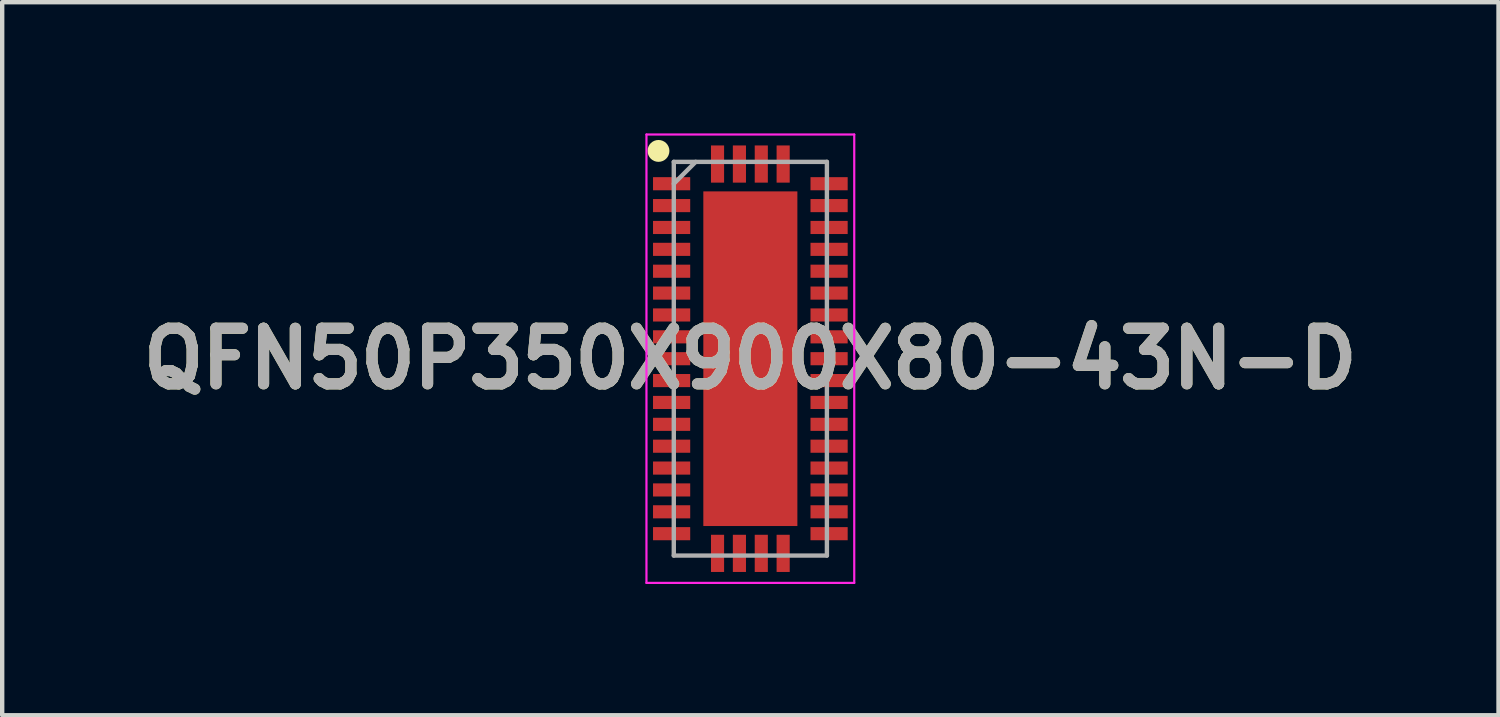
<source format=kicad_pcb>
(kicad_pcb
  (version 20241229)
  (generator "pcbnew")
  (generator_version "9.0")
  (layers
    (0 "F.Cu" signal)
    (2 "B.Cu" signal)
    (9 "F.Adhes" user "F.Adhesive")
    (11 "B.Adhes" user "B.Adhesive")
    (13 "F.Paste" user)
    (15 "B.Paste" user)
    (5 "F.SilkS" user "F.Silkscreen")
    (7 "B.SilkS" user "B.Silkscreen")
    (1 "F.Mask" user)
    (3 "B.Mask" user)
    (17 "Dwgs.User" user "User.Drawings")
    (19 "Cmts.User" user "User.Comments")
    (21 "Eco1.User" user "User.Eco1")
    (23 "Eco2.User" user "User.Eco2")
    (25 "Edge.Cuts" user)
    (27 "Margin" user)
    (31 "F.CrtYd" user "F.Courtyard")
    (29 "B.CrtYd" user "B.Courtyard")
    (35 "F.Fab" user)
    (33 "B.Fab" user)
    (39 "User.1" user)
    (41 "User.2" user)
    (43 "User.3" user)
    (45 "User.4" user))
  (footprint "QFN50P350X900X80-43N-D"
    (layer "F.Cu")
    (at 14.103 5.15)
    (property "Reference" "QFN50P350X900X80-43N-D" (at 0 0 0) (layer "F.SilkS") (effects (font (size 1.27 1.27) (thickness 0.254))))
    (attr smd)
    (fp_circle (center -2.1 -4.75) (end -2.1 -4.625) (stroke (width 0.25) (type solid)) (fill no) (layer "F.SilkS"))
    (fp_line (start -2.375 -5.125) (end 2.375 -5.125) (stroke (width 0.05) (type solid)) (layer "F.CrtYd"))
    (fp_line (start -2.375 5.125) (end -2.375 -5.125) (stroke (width 0.05) (type solid)) (layer "F.CrtYd"))
    (fp_line (start 2.375 -5.125) (end 2.375 5.125) (stroke (width 0.05) (type solid)) (layer "F.CrtYd"))
    (fp_line (start 2.375 5.125) (end -2.375 5.125) (stroke (width 0.05) (type solid)) (layer "F.CrtYd"))
    (fp_line (start -1.75 -4.5) (end 1.75 -4.5) (stroke (width 0.1) (type solid)) (layer "F.Fab"))
    (fp_line (start -1.75 -4) (end -1.25 -4.5) (stroke (width 0.1) (type solid)) (layer "F.Fab"))
    (fp_line (start -1.75 4.5) (end -1.75 -4.5) (stroke (width 0.1) (type solid)) (layer "F.Fab"))
    (fp_line (start 1.75 -4.5) (end 1.75 4.5) (stroke (width 0.1) (type solid)) (layer "F.Fab"))
    (fp_line (start 1.75 4.5) (end -1.75 4.5) (stroke (width 0.1) (type solid)) (layer "F.Fab"))
    (fp_text user "${REFERENCE}" (at 0 0 0) (layer "F.Fab") (effects (font (size 1.27 1.27) (thickness 0.254))))
    (pad "1" smd rect (at -1.8 -4 90) (size 0.3 0.85) (layers "F.Cu" "F.Mask" "F.Paste"))
    (pad "2" smd rect (at -1.8 -3.5 90) (size 0.3 0.85) (layers "F.Cu" "F.Mask" "F.Paste"))
    (pad "3" smd rect (at -1.8 -3 90) (size 0.3 0.85) (layers "F.Cu" "F.Mask" "F.Paste"))
    (pad "4" smd rect (at -1.8 -2.5 90) (size 0.3 0.85) (layers "F.Cu" "F.Mask" "F.Paste"))
    (pad "5" smd rect (at -1.8 -2 90) (size 0.3 0.85) (layers "F.Cu" "F.Mask" "F.Paste"))
    (pad "6" smd rect (at -1.8 -1.5 90) (size 0.3 0.85) (layers "F.Cu" "F.Mask" "F.Paste"))
    (pad "7" smd rect (at -1.8 -1 90) (size 0.3 0.85) (layers "F.Cu" "F.Mask" "F.Paste"))
    (pad "8" smd rect (at -1.8 -0.5 90) (size 0.3 0.85) (layers "F.Cu" "F.Mask" "F.Paste"))
    (pad "9" smd rect (at -1.8 0 90) (size 0.3 0.85) (layers "F.Cu" "F.Mask" "F.Paste"))
    (pad "10" smd rect (at -1.8 0.5 90) (size 0.3 0.85) (layers "F.Cu" "F.Mask" "F.Paste"))
    (pad "11" smd rect (at -1.8 1 90) (size 0.3 0.85) (layers "F.Cu" "F.Mask" "F.Paste"))
    (pad "12" smd rect (at -1.8 1.5 90) (size 0.3 0.85) (layers "F.Cu" "F.Mask" "F.Paste"))
    (pad "13" smd rect (at -1.8 2 90) (size 0.3 0.85) (layers "F.Cu" "F.Mask" "F.Paste"))
    (pad "14" smd rect (at -1.8 2.5 90) (size 0.3 0.85) (layers "F.Cu" "F.Mask" "F.Paste"))
    (pad "15" smd rect (at -1.8 3 90) (size 0.3 0.85) (layers "F.Cu" "F.Mask" "F.Paste"))
    (pad "16" smd rect (at -1.8 3.5 90) (size 0.3 0.85) (layers "F.Cu" "F.Mask" "F.Paste"))
    (pad "17" smd rect (at -1.8 4 90) (size 0.3 0.85) (layers "F.Cu" "F.Mask" "F.Paste"))
    (pad "18" smd rect (at -0.75 4.45) (size 0.3 0.85) (layers "F.Cu" "F.Mask" "F.Paste"))
    (pad "19" smd rect (at -0.25 4.45) (size 0.3 0.85) (layers "F.Cu" "F.Mask" "F.Paste"))
    (pad "20" smd rect (at 0.25 4.45) (size 0.3 0.85) (layers "F.Cu" "F.Mask" "F.Paste"))
    (pad "21" smd rect (at 0.75 4.45) (size 0.3 0.85) (layers "F.Cu" "F.Mask" "F.Paste"))
    (pad "22" smd rect (at 1.8 4 90) (size 0.3 0.85) (layers "F.Cu" "F.Mask" "F.Paste"))
    (pad "23" smd rect (at 1.8 3.5 90) (size 0.3 0.85) (layers "F.Cu" "F.Mask" "F.Paste"))
    (pad "24" smd rect (at 1.8 3 90) (size 0.3 0.85) (layers "F.Cu" "F.Mask" "F.Paste"))
    (pad "25" smd rect (at 1.8 2.5 90) (size 0.3 0.85) (layers "F.Cu" "F.Mask" "F.Paste"))
    (pad "26" smd rect (at 1.8 2 90) (size 0.3 0.85) (layers "F.Cu" "F.Mask" "F.Paste"))
    (pad "27" smd rect (at 1.8 1.5 90) (size 0.3 0.85) (layers "F.Cu" "F.Mask" "F.Paste"))
    (pad "28" smd rect (at 1.8 1 90) (size 0.3 0.85) (layers "F.Cu" "F.Mask" "F.Paste"))
    (pad "29" smd rect (at 1.8 0.5 90) (size 0.3 0.85) (layers "F.Cu" "F.Mask" "F.Paste"))
    (pad "30" smd rect (at 1.8 0 90) (size 0.3 0.85) (layers "F.Cu" "F.Mask" "F.Paste"))
    (pad "31" smd rect (at 1.8 -0.5 90) (size 0.3 0.85) (layers "F.Cu" "F.Mask" "F.Paste"))
    (pad "32" smd rect (at 1.8 -1 90) (size 0.3 0.85) (layers "F.Cu" "F.Mask" "F.Paste"))
    (pad "33" smd rect (at 1.8 -1.5 90) (size 0.3 0.85) (layers "F.Cu" "F.Mask" "F.Paste"))
    (pad "34" smd rect (at 1.8 -2 90) (size 0.3 0.85) (layers "F.Cu" "F.Mask" "F.Paste"))
    (pad "35" smd rect (at 1.8 -2.5 90) (size 0.3 0.85) (layers "F.Cu" "F.Mask" "F.Paste"))
    (pad "36" smd rect (at 1.8 -3 90) (size 0.3 0.85) (layers "F.Cu" "F.Mask" "F.Paste"))
    (pad "37" smd rect (at 1.8 -3.5 90) (size 0.3 0.85) (layers "F.Cu" "F.Mask" "F.Paste"))
    (pad "38" smd rect (at 1.8 -4 90) (size 0.3 0.85) (layers "F.Cu" "F.Mask" "F.Paste"))
    (pad "39" smd rect (at 0.75 -4.45) (size 0.3 0.85) (layers "F.Cu" "F.Mask" "F.Paste"))
    (pad "40" smd rect (at 0.25 -4.45) (size 0.3 0.85) (layers "F.Cu" "F.Mask" "F.Paste"))
    (pad "41" smd rect (at -0.25 -4.45) (size 0.3 0.85) (layers "F.Cu" "F.Mask" "F.Paste"))
    (pad "42" smd rect (at -0.75 -4.45) (size 0.3 0.85) (layers "F.Cu" "F.Mask" "F.Paste"))
    (pad "43" smd rect (at 0 0) (size 2.15 7.65) (layers "F.Cu" "F.Mask" "F.Paste")))
  (gr_rect
    (start -3 -3)
    (end 31.206 13.3)
    (stroke (width 0.1) (type default))
    (fill no)
    (layer "Edge.Cuts")))
</source>
